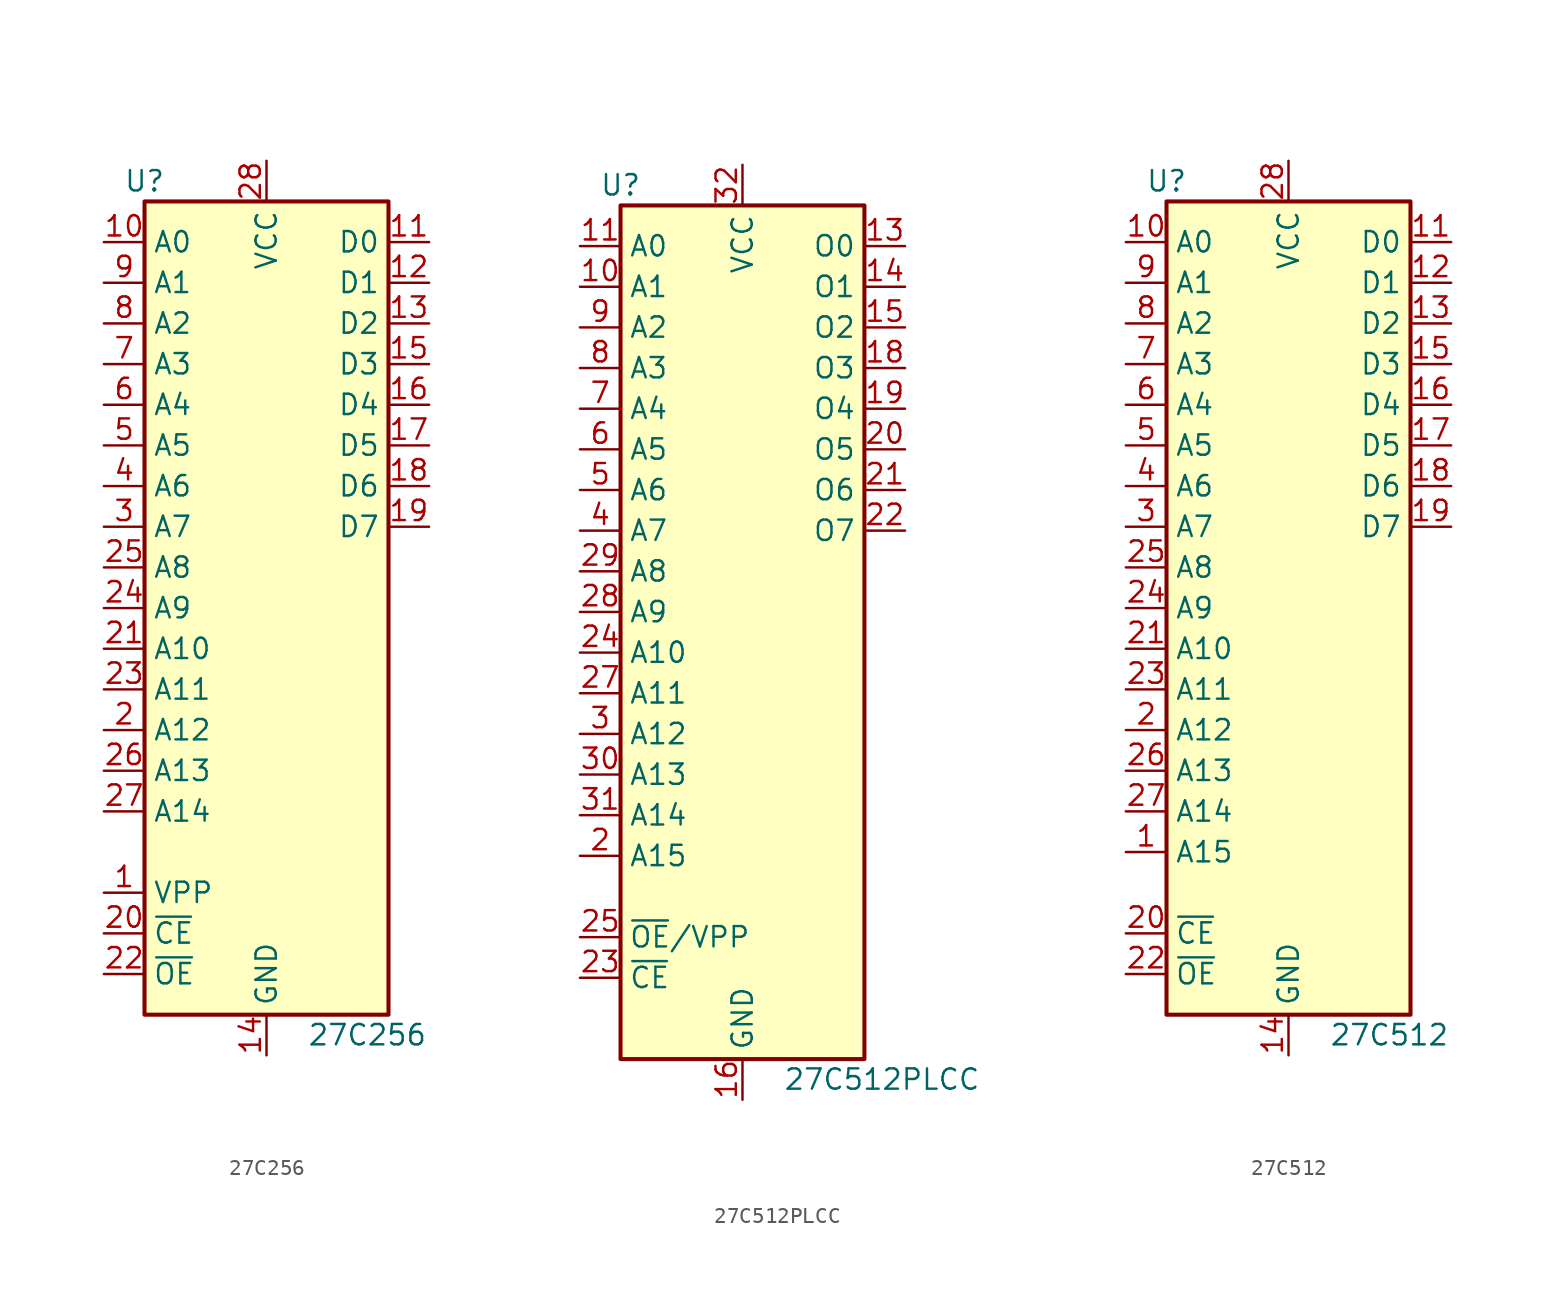
<source format=kicad_sym>
(kicad_symbol_lib
  (version 20201005)
  (generator kicad_symbol_editor)
  (symbol "27C256"
    (property "Reference" "U"
      (at -7.62 26.67 0)
      (effects (font (size 1.27 1.27))))
    (property "Value" "27C256"
      (at 2.54 -26.67 0)
      (effects (font (size 1.27 1.27)) (justify left)))
    (symbol "27C256_1_1"
      (rectangle (start -7.62 25.4) (end 7.62 -25.4) (stroke (width 0.254)) (fill (type background)))
      (pin input line (at -10.16 -17.78 0) (length 2.54) (name "VPP" (effects (font (size 1.27 1.27)))) (number "1" (effects (font (size 1.27 1.27)))))
      (pin input line (at -10.16 22.86 0) (length 2.54) (name "A0" (effects (font (size 1.27 1.27)))) (number "10" (effects (font (size 1.27 1.27)))))
      (pin tri_state line (at 10.16 22.86 180) (length 2.54) (name "D0" (effects (font (size 1.27 1.27)))) (number "11" (effects (font (size 1.27 1.27)))))
      (pin tri_state line (at 10.16 20.32 180) (length 2.54) (name "D1" (effects (font (size 1.27 1.27)))) (number "12" (effects (font (size 1.27 1.27)))))
      (pin tri_state line (at 10.16 17.78 180) (length 2.54) (name "D2" (effects (font (size 1.27 1.27)))) (number "13" (effects (font (size 1.27 1.27)))))
      (pin power_in line (at 0 -27.94 90) (length 2.54) (name "GND" (effects (font (size 1.27 1.27)))) (number "14" (effects (font (size 1.27 1.27)))))
      (pin tri_state line (at 10.16 15.24 180) (length 2.54) (name "D3" (effects (font (size 1.27 1.27)))) (number "15" (effects (font (size 1.27 1.27)))))
      (pin tri_state line (at 10.16 12.7 180) (length 2.54) (name "D4" (effects (font (size 1.27 1.27)))) (number "16" (effects (font (size 1.27 1.27)))))
      (pin tri_state line (at 10.16 10.16 180) (length 2.54) (name "D5" (effects (font (size 1.27 1.27)))) (number "17" (effects (font (size 1.27 1.27)))))
      (pin tri_state line (at 10.16 7.62 180) (length 2.54) (name "D6" (effects (font (size 1.27 1.27)))) (number "18" (effects (font (size 1.27 1.27)))))
      (pin tri_state line (at 10.16 5.08 180) (length 2.54) (name "D7" (effects (font (size 1.27 1.27)))) (number "19" (effects (font (size 1.27 1.27)))))
      (pin input line (at -10.16 -7.62 0) (length 2.54) (name "A12" (effects (font (size 1.27 1.27)))) (number "2" (effects (font (size 1.27 1.27)))))
      (pin input line (at -10.16 -20.32 0) (length 2.54) (name "~CE" (effects (font (size 1.27 1.27)))) (number "20" (effects (font (size 1.27 1.27)))))
      (pin input line (at -10.16 -2.54 0) (length 2.54) (name "A10" (effects (font (size 1.27 1.27)))) (number "21" (effects (font (size 1.27 1.27)))))
      (pin input line (at -10.16 -22.86 0) (length 2.54) (name "~OE" (effects (font (size 1.27 1.27)))) (number "22" (effects (font (size 1.27 1.27)))))
      (pin input line (at -10.16 -5.08 0) (length 2.54) (name "A11" (effects (font (size 1.27 1.27)))) (number "23" (effects (font (size 1.27 1.27)))))
      (pin input line (at -10.16 0 0) (length 2.54) (name "A9" (effects (font (size 1.27 1.27)))) (number "24" (effects (font (size 1.27 1.27)))))
      (pin input line (at -10.16 2.54 0) (length 2.54) (name "A8" (effects (font (size 1.27 1.27)))) (number "25" (effects (font (size 1.27 1.27)))))
      (pin input line (at -10.16 -10.16 0) (length 2.54) (name "A13" (effects (font (size 1.27 1.27)))) (number "26" (effects (font (size 1.27 1.27)))))
      (pin input line (at -10.16 -12.7 0) (length 2.54) (name "A14" (effects (font (size 1.27 1.27)))) (number "27" (effects (font (size 1.27 1.27)))))
      (pin power_in line (at 0 27.94 270) (length 2.54) (name "VCC" (effects (font (size 1.27 1.27)))) (number "28" (effects (font (size 1.27 1.27)))))
      (pin input line (at -10.16 5.08 0) (length 2.54) (name "A7" (effects (font (size 1.27 1.27)))) (number "3" (effects (font (size 1.27 1.27)))))
      (pin input line (at -10.16 7.62 0) (length 2.54) (name "A6" (effects (font (size 1.27 1.27)))) (number "4" (effects (font (size 1.27 1.27)))))
      (pin input line (at -10.16 10.16 0) (length 2.54) (name "A5" (effects (font (size 1.27 1.27)))) (number "5" (effects (font (size 1.27 1.27)))))
      (pin input line (at -10.16 12.7 0) (length 2.54) (name "A4" (effects (font (size 1.27 1.27)))) (number "6" (effects (font (size 1.27 1.27)))))
      (pin input line (at -10.16 15.24 0) (length 2.54) (name "A3" (effects (font (size 1.27 1.27)))) (number "7" (effects (font (size 1.27 1.27)))))
      (pin input line (at -10.16 17.78 0) (length 2.54) (name "A2" (effects (font (size 1.27 1.27)))) (number "8" (effects (font (size 1.27 1.27)))))
      (pin input line (at -10.16 20.32 0) (length 2.54) (name "A1" (effects (font (size 1.27 1.27)))) (number "9" (effects (font (size 1.27 1.27)))))))
  (symbol "27C512PLCC"
    (property "Reference" "U"
      (at -7.62 26.67 0)
      (effects (font (size 1.27 1.27))))
    (property "Value" "27C512PLCC"
      (at 2.54 -29.21 0)
      (effects (font (size 1.27 1.27)) (justify left)))
    (symbol "27C512PLCC_1_1"
      (rectangle (start -7.62 25.4) (end 7.62 -27.94) (stroke (width 0.254)) (fill (type background)))
      (pin no_connect line (at 7.62 -17.78 180) (length 2.54) hide (name "NC" (effects (font (size 1.27 1.27)))) (number "1" (effects (font (size 1.27 1.27)))))
      (pin input line (at -10.16 20.32 0) (length 2.54) (name "A1" (effects (font (size 1.27 1.27)))) (number "10" (effects (font (size 1.27 1.27)))))
      (pin input line (at -10.16 22.86 0) (length 2.54) (name "A0" (effects (font (size 1.27 1.27)))) (number "11" (effects (font (size 1.27 1.27)))))
      (pin no_connect line (at 7.62 -22.86 180) (length 2.54) hide (name "NC" (effects (font (size 1.27 1.27)))) (number "12" (effects (font (size 1.27 1.27)))))
      (pin tri_state line (at 10.16 22.86 180) (length 2.54) (name "O0" (effects (font (size 1.27 1.27)))) (number "13" (effects (font (size 1.27 1.27)))))
      (pin tri_state line (at 10.16 20.32 180) (length 2.54) (name "O1" (effects (font (size 1.27 1.27)))) (number "14" (effects (font (size 1.27 1.27)))))
      (pin tri_state line (at 10.16 17.78 180) (length 2.54) (name "O2" (effects (font (size 1.27 1.27)))) (number "15" (effects (font (size 1.27 1.27)))))
      (pin power_in line (at 0 -30.48 90) (length 2.54) (name "GND" (effects (font (size 1.27 1.27)))) (number "16" (effects (font (size 1.27 1.27)))))
      (pin no_connect line (at 7.62 -20.32 180) (length 2.54) hide (name "NC" (effects (font (size 1.27 1.27)))) (number "17" (effects (font (size 1.27 1.27)))))
      (pin tri_state line (at 10.16 15.24 180) (length 2.54) (name "O3" (effects (font (size 1.27 1.27)))) (number "18" (effects (font (size 1.27 1.27)))))
      (pin tri_state line (at 10.16 12.7 180) (length 2.54) (name "O4" (effects (font (size 1.27 1.27)))) (number "19" (effects (font (size 1.27 1.27)))))
      (pin input line (at -10.16 -15.24 0) (length 2.54) (name "A15" (effects (font (size 1.27 1.27)))) (number "2" (effects (font (size 1.27 1.27)))))
      (pin tri_state line (at 10.16 10.16 180) (length 2.54) (name "O5" (effects (font (size 1.27 1.27)))) (number "20" (effects (font (size 1.27 1.27)))))
      (pin tri_state line (at 10.16 7.62 180) (length 2.54) (name "O6" (effects (font (size 1.27 1.27)))) (number "21" (effects (font (size 1.27 1.27)))))
      (pin tri_state line (at 10.16 5.08 180) (length 2.54) (name "O7" (effects (font (size 1.27 1.27)))) (number "22" (effects (font (size 1.27 1.27)))))
      (pin input line (at -10.16 -22.86 0) (length 2.54) (name "~CE" (effects (font (size 1.27 1.27)))) (number "23" (effects (font (size 1.27 1.27)))))
      (pin input line (at -10.16 -2.54 0) (length 2.54) (name "A10" (effects (font (size 1.27 1.27)))) (number "24" (effects (font (size 1.27 1.27)))))
      (pin input line (at -10.16 -20.32 0) (length 2.54) (name "~OE~/VPP" (effects (font (size 1.27 1.27)))) (number "25" (effects (font (size 1.27 1.27)))))
      (pin no_connect line (at 7.62 -25.4 180) (length 2.54) hide (name "NC" (effects (font (size 1.27 1.27)))) (number "26" (effects (font (size 1.27 1.27)))))
      (pin input line (at -10.16 -5.08 0) (length 2.54) (name "A11" (effects (font (size 1.27 1.27)))) (number "27" (effects (font (size 1.27 1.27)))))
      (pin input line (at -10.16 0 0) (length 2.54) (name "A9" (effects (font (size 1.27 1.27)))) (number "28" (effects (font (size 1.27 1.27)))))
      (pin input line (at -10.16 2.54 0) (length 2.54) (name "A8" (effects (font (size 1.27 1.27)))) (number "29" (effects (font (size 1.27 1.27)))))
      (pin input line (at -10.16 -7.62 0) (length 2.54) (name "A12" (effects (font (size 1.27 1.27)))) (number "3" (effects (font (size 1.27 1.27)))))
      (pin input line (at -10.16 -10.16 0) (length 2.54) (name "A13" (effects (font (size 1.27 1.27)))) (number "30" (effects (font (size 1.27 1.27)))))
      (pin input line (at -10.16 -12.7 0) (length 2.54) (name "A14" (effects (font (size 1.27 1.27)))) (number "31" (effects (font (size 1.27 1.27)))))
      (pin power_in line (at 0 27.94 270) (length 2.54) (name "VCC" (effects (font (size 1.27 1.27)))) (number "32" (effects (font (size 1.27 1.27)))))
      (pin input line (at -10.16 5.08 0) (length 2.54) (name "A7" (effects (font (size 1.27 1.27)))) (number "4" (effects (font (size 1.27 1.27)))))
      (pin input line (at -10.16 7.62 0) (length 2.54) (name "A6" (effects (font (size 1.27 1.27)))) (number "5" (effects (font (size 1.27 1.27)))))
      (pin input line (at -10.16 10.16 0) (length 2.54) (name "A5" (effects (font (size 1.27 1.27)))) (number "6" (effects (font (size 1.27 1.27)))))
      (pin input line (at -10.16 12.7 0) (length 2.54) (name "A4" (effects (font (size 1.27 1.27)))) (number "7" (effects (font (size 1.27 1.27)))))
      (pin input line (at -10.16 15.24 0) (length 2.54) (name "A3" (effects (font (size 1.27 1.27)))) (number "8" (effects (font (size 1.27 1.27)))))
      (pin input line (at -10.16 17.78 0) (length 2.54) (name "A2" (effects (font (size 1.27 1.27)))) (number "9" (effects (font (size 1.27 1.27)))))))
  (symbol "27C512"
    (property "Reference" "U"
      (at -7.62 26.67 0)
      (effects (font (size 1.27 1.27))))
    (property "Value" "27C512"
      (at 2.54 -26.67 0)
      (effects (font (size 1.27 1.27)) (justify left)))
    (symbol "27C512_1_1"
      (rectangle (start -7.62 25.4) (end 7.62 -25.4) (stroke (width 0.254)) (fill (type background)))
      (pin input line (at -10.16 -15.24 0) (length 2.54) (name "A15" (effects (font (size 1.27 1.27)))) (number "1" (effects (font (size 1.27 1.27)))))
      (pin input line (at -10.16 22.86 0) (length 2.54) (name "A0" (effects (font (size 1.27 1.27)))) (number "10" (effects (font (size 1.27 1.27)))))
      (pin tri_state line (at 10.16 22.86 180) (length 2.54) (name "D0" (effects (font (size 1.27 1.27)))) (number "11" (effects (font (size 1.27 1.27)))))
      (pin tri_state line (at 10.16 20.32 180) (length 2.54) (name "D1" (effects (font (size 1.27 1.27)))) (number "12" (effects (font (size 1.27 1.27)))))
      (pin tri_state line (at 10.16 17.78 180) (length 2.54) (name "D2" (effects (font (size 1.27 1.27)))) (number "13" (effects (font (size 1.27 1.27)))))
      (pin power_in line (at 0 -27.94 90) (length 2.54) (name "GND" (effects (font (size 1.27 1.27)))) (number "14" (effects (font (size 1.27 1.27)))))
      (pin tri_state line (at 10.16 15.24 180) (length 2.54) (name "D3" (effects (font (size 1.27 1.27)))) (number "15" (effects (font (size 1.27 1.27)))))
      (pin tri_state line (at 10.16 12.7 180) (length 2.54) (name "D4" (effects (font (size 1.27 1.27)))) (number "16" (effects (font (size 1.27 1.27)))))
      (pin tri_state line (at 10.16 10.16 180) (length 2.54) (name "D5" (effects (font (size 1.27 1.27)))) (number "17" (effects (font (size 1.27 1.27)))))
      (pin tri_state line (at 10.16 7.62 180) (length 2.54) (name "D6" (effects (font (size 1.27 1.27)))) (number "18" (effects (font (size 1.27 1.27)))))
      (pin tri_state line (at 10.16 5.08 180) (length 2.54) (name "D7" (effects (font (size 1.27 1.27)))) (number "19" (effects (font (size 1.27 1.27)))))
      (pin input line (at -10.16 -7.62 0) (length 2.54) (name "A12" (effects (font (size 1.27 1.27)))) (number "2" (effects (font (size 1.27 1.27)))))
      (pin input line (at -10.16 -20.32 0) (length 2.54) (name "~CE" (effects (font (size 1.27 1.27)))) (number "20" (effects (font (size 1.27 1.27)))))
      (pin input line (at -10.16 -2.54 0) (length 2.54) (name "A10" (effects (font (size 1.27 1.27)))) (number "21" (effects (font (size 1.27 1.27)))))
      (pin input line (at -10.16 -22.86 0) (length 2.54) (name "~OE" (effects (font (size 1.27 1.27)))) (number "22" (effects (font (size 1.27 1.27)))))
      (pin input line (at -10.16 -5.08 0) (length 2.54) (name "A11" (effects (font (size 1.27 1.27)))) (number "23" (effects (font (size 1.27 1.27)))))
      (pin input line (at -10.16 0 0) (length 2.54) (name "A9" (effects (font (size 1.27 1.27)))) (number "24" (effects (font (size 1.27 1.27)))))
      (pin input line (at -10.16 2.54 0) (length 2.54) (name "A8" (effects (font (size 1.27 1.27)))) (number "25" (effects (font (size 1.27 1.27)))))
      (pin input line (at -10.16 -10.16 0) (length 2.54) (name "A13" (effects (font (size 1.27 1.27)))) (number "26" (effects (font (size 1.27 1.27)))))
      (pin input line (at -10.16 -12.7 0) (length 2.54) (name "A14" (effects (font (size 1.27 1.27)))) (number "27" (effects (font (size 1.27 1.27)))))
      (pin power_in line (at 0 27.94 270) (length 2.54) (name "VCC" (effects (font (size 1.27 1.27)))) (number "28" (effects (font (size 1.27 1.27)))))
      (pin input line (at -10.16 5.08 0) (length 2.54) (name "A7" (effects (font (size 1.27 1.27)))) (number "3" (effects (font (size 1.27 1.27)))))
      (pin input line (at -10.16 7.62 0) (length 2.54) (name "A6" (effects (font (size 1.27 1.27)))) (number "4" (effects (font (size 1.27 1.27)))))
      (pin input line (at -10.16 10.16 0) (length 2.54) (name "A5" (effects (font (size 1.27 1.27)))) (number "5" (effects (font (size 1.27 1.27)))))
      (pin input line (at -10.16 12.7 0) (length 2.54) (name "A4" (effects (font (size 1.27 1.27)))) (number "6" (effects (font (size 1.27 1.27)))))
      (pin input line (at -10.16 15.24 0) (length 2.54) (name "A3" (effects (font (size 1.27 1.27)))) (number "7" (effects (font (size 1.27 1.27)))))
      (pin input line (at -10.16 17.78 0) (length 2.54) (name "A2" (effects (font (size 1.27 1.27)))) (number "8" (effects (font (size 1.27 1.27)))))
      (pin input line (at -10.16 20.32 0) (length 2.54) (name "A1" (effects (font (size 1.27 1.27)))) (number "9" (effects (font (size 1.27 1.27))))))))
</source>
